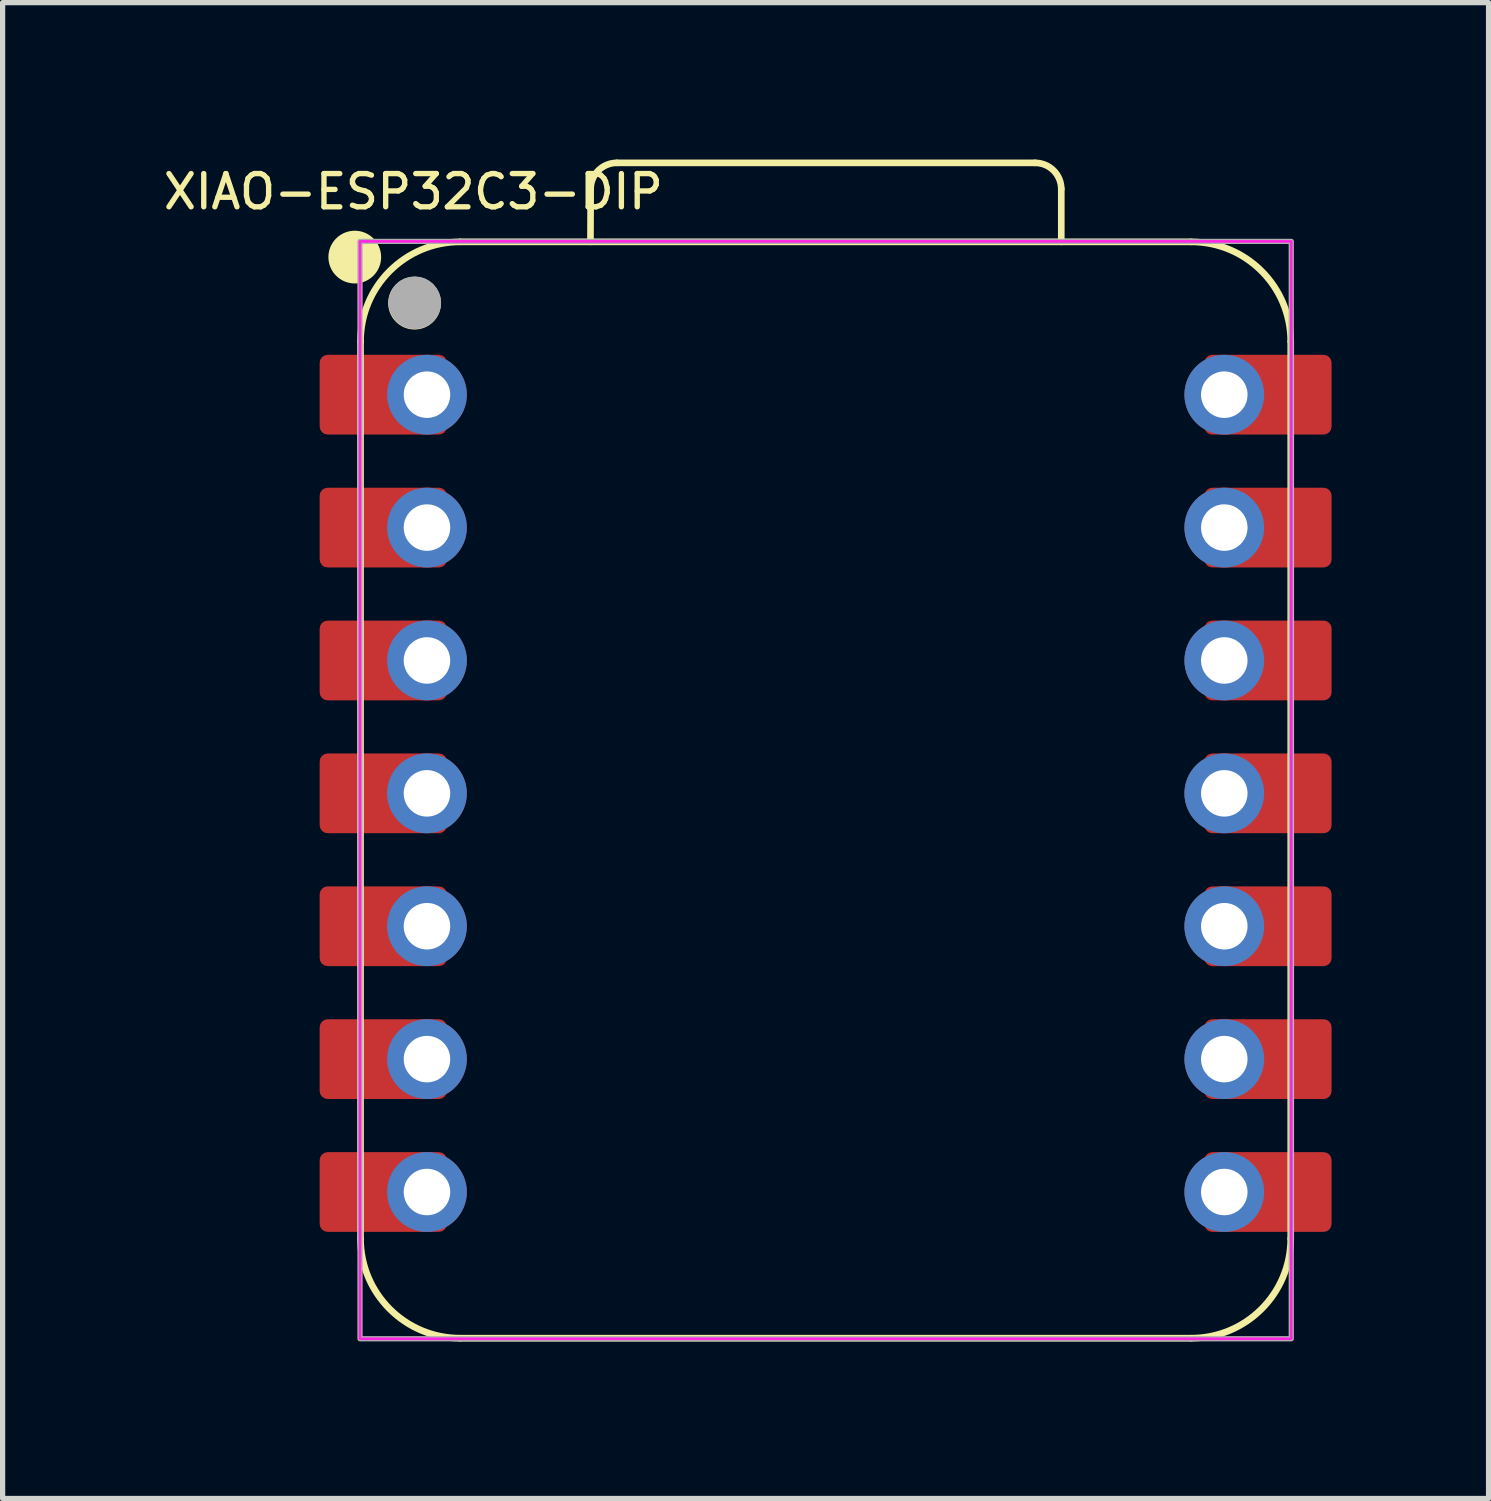
<source format=kicad_pcb>
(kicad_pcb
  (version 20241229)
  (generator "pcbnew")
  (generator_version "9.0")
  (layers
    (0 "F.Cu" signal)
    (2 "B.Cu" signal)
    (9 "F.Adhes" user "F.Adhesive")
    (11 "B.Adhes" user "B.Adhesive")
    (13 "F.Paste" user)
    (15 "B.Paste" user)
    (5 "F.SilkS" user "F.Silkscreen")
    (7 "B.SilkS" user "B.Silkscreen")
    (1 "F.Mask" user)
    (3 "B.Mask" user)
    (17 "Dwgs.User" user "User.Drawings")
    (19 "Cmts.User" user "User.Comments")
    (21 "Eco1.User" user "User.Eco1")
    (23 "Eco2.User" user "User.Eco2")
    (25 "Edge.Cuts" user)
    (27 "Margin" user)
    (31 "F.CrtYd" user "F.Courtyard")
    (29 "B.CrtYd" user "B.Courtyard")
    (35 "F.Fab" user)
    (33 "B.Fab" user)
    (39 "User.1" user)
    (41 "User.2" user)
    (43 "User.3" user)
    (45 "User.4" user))
  (footprint "XIAO-ESP32C3-DIP"
    (layer "F.Cu")
    (at 12.851 12.114)
    (property "Reference" "XIAO-ESP32C3-DIP" (at -8 -11.5 0) (unlocked yes) (layer "F.SilkS") (effects (font (size 0.635 0.635) (thickness 0.102))))
    (attr smd)
    (fp_line (start -9.01 8.509) (end -9.01 -8.636) (stroke (width 0.127) (type solid)) (layer "F.SilkS"))
    (fp_line (start -7.105 10.414) (end 6.865 10.414) (stroke (width 0.127) (type solid)) (layer "F.SilkS"))
    (fp_line (start -4.615 -10.541) (end -4.611 -11.551) (stroke (width 0.127) (type solid)) (layer "F.SilkS"))
    (fp_line (start -4.111 -12.051) (end 3.884 -12.051) (stroke (width 0.127) (type solid)) (layer "F.SilkS"))
    (fp_line (start 4.384 -11.551) (end 4.384 -10.541) (stroke (width 0.127) (type solid)) (layer "F.SilkS"))
    (fp_line (start 6.865 -10.541) (end -7.105 -10.541) (stroke (width 0.1) (type solid)) (layer "F.SilkS"))
    (fp_line (start 6.865 -10.541) (end -7.105 -10.541) (stroke (width 0.127) (type solid)) (layer "F.SilkS"))
    (fp_line (start 8.77 8.509) (end 8.77 -8.636) (stroke (width 0.127) (type solid)) (layer "F.SilkS"))
    (fp_arc (start -9.01 -8.636) (mid -8.452038 -9.983038) (end -7.105 -10.541) (stroke (width 0.127) (type solid)) (layer "F.SilkS"))
    (fp_arc (start -7.105 10.414) (mid -8.452038 9.856038) (end -9.01 8.509) (stroke (width 0.127) (type solid)) (layer "F.SilkS"))
    (fp_arc (start -4.611272 -11.551272) (mid -4.464728 -11.90464) (end -4.111272 -12.051) (stroke (width 0.127) (type default)) (layer "F.SilkS"))
    (fp_arc (start 3.884 -12.051) (mid 4.237553 -11.904553) (end 4.384 -11.551) (stroke (width 0.127) (type default)) (layer "F.SilkS"))
    (fp_arc (start 6.865 -10.541) (mid 8.212038 -9.983038) (end 8.77 -8.636) (stroke (width 0.127) (type solid)) (layer "F.SilkS"))
    (fp_arc (start 8.77 8.509) (mid 8.212038 9.856038) (end 6.865 10.414) (stroke (width 0.127) (type solid)) (layer "F.SilkS"))
    (fp_circle (center -9.12 -10.25) (end -9.12 -10.504) (stroke (width 0.5) (type solid)) (fill yes) (layer "F.SilkS"))
    (fp_circle (center -7.977 -9.37) (end -7.977 -9.624) (stroke (width 0.5) (type solid)) (fill yes) (layer "F.SilkS"))
    (fp_rect (start -9.02 -10.55) (end 8.78 10.425) (stroke (width 0.05) (type default)) (fill no) (layer "F.CrtYd"))
    (fp_rect (start -9.02 -10.55) (end 8.78 10.425) (stroke (width 0.1) (type default)) (fill no) (layer "F.Fab"))
    (fp_circle (center -7.974 -9.376) (end -7.974 -9.63) (stroke (width 0.5) (type solid)) (fill no) (layer "F.Fab"))
    (pad "1" smd roundrect (at -8.575 -7.62 180) (size 2.432 1.524) (layers "F.Cu" "F.Mask") (roundrect_rratio 0.1))
    (pad "1" thru_hole circle (at -7.74 -7.62 180) (size 1.524 1.524) (drill 0.889) (layers "*.Cu" "*.Mask"))
    (pad "2" smd roundrect (at -8.575 -5.08 180) (size 2.432 1.524) (layers "F.Cu" "F.Mask") (roundrect_rratio 0.1))
    (pad "2" thru_hole circle (at -7.74 -5.08 180) (size 1.524 1.524) (drill 0.889) (layers "*.Cu" "*.Mask"))
    (pad "3" smd roundrect (at -8.575 -2.54 180) (size 2.432 1.524) (layers "F.Cu" "F.Mask") (roundrect_rratio 0.1))
    (pad "3" thru_hole circle (at -7.74 -2.54 180) (size 1.524 1.524) (drill 0.889) (layers "*.Cu" "*.Mask"))
    (pad "4" smd roundrect (at -8.575 0 180) (size 2.432 1.524) (layers "F.Cu" "F.Mask") (roundrect_rratio 0.1))
    (pad "4" thru_hole circle (at -7.74 0 180) (size 1.524 1.524) (drill 0.889) (layers "*.Cu" "*.Mask"))
    (pad "5" smd roundrect (at -8.575 2.54 180) (size 2.432 1.524) (layers "F.Cu" "F.Mask") (roundrect_rratio 0.1))
    (pad "5" thru_hole circle (at -7.74 2.54 180) (size 1.524 1.524) (drill 0.889) (layers "*.Cu" "*.Mask"))
    (pad "6" smd roundrect (at -8.575 5.08 180) (size 2.432 1.524) (layers "F.Cu" "F.Mask") (roundrect_rratio 0.1))
    (pad "6" thru_hole circle (at -7.74 5.08 180) (size 1.524 1.524) (drill 0.889) (layers "*.Cu" "*.Mask"))
    (pad "7" smd roundrect (at -8.575 7.62 180) (size 2.432 1.524) (layers "F.Cu" "F.Mask") (roundrect_rratio 0.1))
    (pad "7" thru_hole circle (at -7.74 7.62 180) (size 1.524 1.524) (drill 0.889) (layers "*.Cu" "*.Mask"))
    (pad "8" thru_hole circle (at 7.5 7.62) (size 1.524 1.524) (drill 0.889) (layers "*.Cu" "*.Mask"))
    (pad "8" smd roundrect (at 8.335 7.62) (size 2.432 1.524) (layers "F.Cu" "F.Mask") (roundrect_rratio 0.1))
    (pad "9" thru_hole circle (at 7.5 5.08) (size 1.524 1.524) (drill 0.889) (layers "*.Cu" "*.Mask"))
    (pad "9" smd roundrect (at 8.335 5.08) (size 2.432 1.524) (layers "F.Cu" "F.Mask") (roundrect_rratio 0.1))
    (pad "10" thru_hole circle (at 7.5 2.54) (size 1.524 1.524) (drill 0.889) (layers "*.Cu" "*.Mask"))
    (pad "10" smd roundrect (at 8.335 2.54) (size 2.432 1.524) (layers "F.Cu" "F.Mask") (roundrect_rratio 0.1))
    (pad "11" thru_hole circle (at 7.5 0) (size 1.524 1.524) (drill 0.889) (layers "*.Cu" "*.Mask"))
    (pad "11" smd roundrect (at 8.335 0) (size 2.432 1.524) (layers "F.Cu" "F.Mask") (roundrect_rratio 0.1))
    (pad "12" thru_hole circle (at 7.5 -2.54) (size 1.524 1.524) (drill 0.889) (layers "*.Cu" "*.Mask"))
    (pad "12" smd roundrect (at 8.335 -2.54) (size 2.432 1.524) (layers "F.Cu" "F.Mask") (roundrect_rratio 0.1))
    (pad "13" thru_hole circle (at 7.5 -5.08) (size 1.524 1.524) (drill 0.889) (layers "*.Cu" "*.Mask"))
    (pad "13" smd roundrect (at 8.335 -5.08) (size 2.432 1.524) (layers "F.Cu" "F.Mask") (roundrect_rratio 0.1))
    (pad "14" thru_hole circle (at 7.5 -7.62) (size 1.524 1.524) (drill 0.889) (layers "*.Cu" "*.Mask"))
    (pad "14" smd roundrect (at 8.335 -7.62) (size 2.432 1.524) (layers "F.Cu" "F.Mask") (roundrect_rratio 0.1)))
  (gr_rect
    (start -3 -3)
    (end 25.402 25.592)
    (stroke (width 0.1) (type default))
    (fill no)
    (layer "Edge.Cuts")))
</source>
